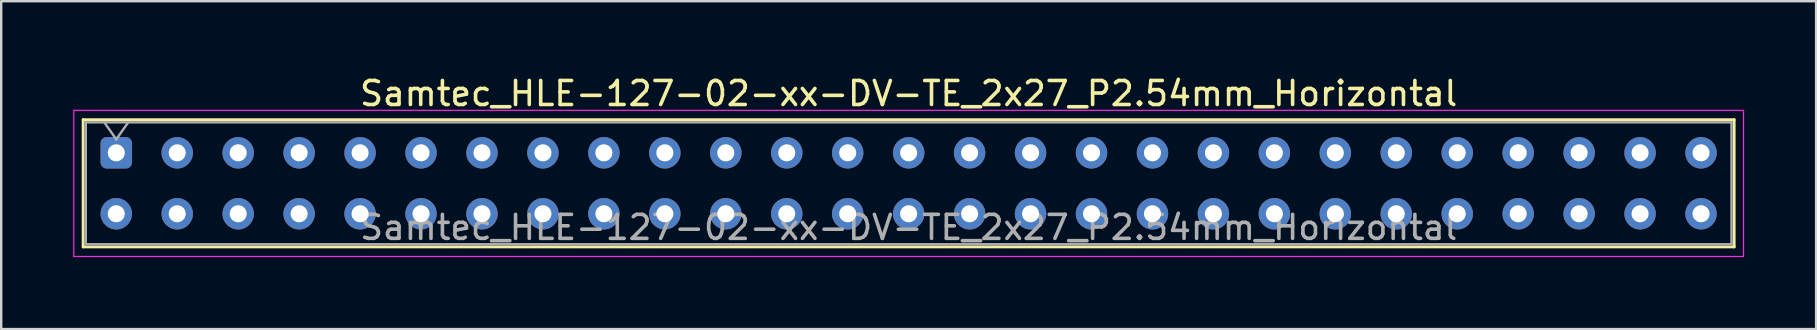
<source format=kicad_pcb>
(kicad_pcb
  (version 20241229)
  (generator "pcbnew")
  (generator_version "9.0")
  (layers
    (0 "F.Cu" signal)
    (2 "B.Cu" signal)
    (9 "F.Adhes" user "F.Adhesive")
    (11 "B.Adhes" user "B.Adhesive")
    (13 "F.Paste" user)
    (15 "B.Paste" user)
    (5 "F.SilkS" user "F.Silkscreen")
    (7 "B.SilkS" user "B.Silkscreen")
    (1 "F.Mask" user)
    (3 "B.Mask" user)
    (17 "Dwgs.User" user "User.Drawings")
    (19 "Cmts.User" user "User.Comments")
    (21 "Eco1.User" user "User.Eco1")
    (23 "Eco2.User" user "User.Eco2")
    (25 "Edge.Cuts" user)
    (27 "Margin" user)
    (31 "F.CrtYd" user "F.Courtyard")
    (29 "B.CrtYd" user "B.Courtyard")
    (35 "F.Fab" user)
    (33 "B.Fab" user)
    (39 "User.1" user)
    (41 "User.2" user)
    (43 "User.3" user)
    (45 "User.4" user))
  (footprint "Samtec_HLE-127-02-xx-DV-TE_2x27_P2.54mm_Horizontal"
    (layer "F.Cu")
    (at 1.795 3.318)
    (property "Reference" "Samtec_HLE-127-02-xx-DV-TE_2x27_P2.54mm_Horizontal" (at 33.02 -2.47 0) (layer "F.SilkS") (effects (font (size 1 1) (thickness 0.15))))
    (attr through_hole)
    (fp_line (start -1.38 -1.38) (end 67.42 -1.38) (stroke (width 0.12) (type solid)) (layer "F.SilkS"))
    (fp_line (start -1.38 3.92) (end -1.38 -1.38) (stroke (width 0.12) (type solid)) (layer "F.SilkS"))
    (fp_line (start 67.42 -1.38) (end 67.42 3.92) (stroke (width 0.12) (type solid)) (layer "F.SilkS"))
    (fp_line (start 67.42 3.92) (end -1.38 3.92) (stroke (width 0.12) (type solid)) (layer "F.SilkS"))
    (fp_line (start -1.77 -1.77) (end 67.81 -1.77) (stroke (width 0.05) (type solid)) (layer "F.CrtYd"))
    (fp_line (start -1.77 4.32) (end -1.77 -1.77) (stroke (width 0.05) (type solid)) (layer "F.CrtYd"))
    (fp_line (start 67.81 -1.77) (end 67.81 4.32) (stroke (width 0.05) (type solid)) (layer "F.CrtYd"))
    (fp_line (start 67.81 4.32) (end -1.77 4.32) (stroke (width 0.05) (type solid)) (layer "F.CrtYd"))
    (fp_line (start -1.27 -1.27) (end 67.31 -1.27) (stroke (width 0.1) (type solid)) (layer "F.Fab"))
    (fp_line (start -1.27 3.81) (end -1.27 -1.27) (stroke (width 0.1) (type solid)) (layer "F.Fab"))
    (fp_line (start -0.5 -1.27) (end 0 -0.563) (stroke (width 0.1) (type solid)) (layer "F.Fab"))
    (fp_line (start 0 -0.563) (end 0.5 -1.27) (stroke (width 0.1) (type solid)) (layer "F.Fab"))
    (fp_line (start 67.31 -1.27) (end 67.31 3.81) (stroke (width 0.1) (type solid)) (layer "F.Fab"))
    (fp_line (start 67.31 3.81) (end -1.27 3.81) (stroke (width 0.1) (type solid)) (layer "F.Fab"))
    (fp_text user "${REFERENCE}" (at 33.02 3.11 0) (layer "F.Fab") (effects (font (size 1 1) (thickness 0.15))))
    (pad "1" thru_hole roundrect (at 0 0) (size 1.31 1.31) (drill 0.71) (layers "*.Cu" "*.Mask") (roundrect_rratio 0.191))
    (pad "2" thru_hole circle (at 0 2.54) (size 1.31 1.31) (drill 0.71) (layers "*.Cu" "*.Mask"))
    (pad "3" thru_hole circle (at 2.54 0) (size 1.31 1.31) (drill 0.71) (layers "*.Cu" "*.Mask"))
    (pad "4" thru_hole circle (at 2.54 2.54) (size 1.31 1.31) (drill 0.71) (layers "*.Cu" "*.Mask"))
    (pad "5" thru_hole circle (at 5.08 0) (size 1.31 1.31) (drill 0.71) (layers "*.Cu" "*.Mask"))
    (pad "6" thru_hole circle (at 5.08 2.54) (size 1.31 1.31) (drill 0.71) (layers "*.Cu" "*.Mask"))
    (pad "7" thru_hole circle (at 7.62 0) (size 1.31 1.31) (drill 0.71) (layers "*.Cu" "*.Mask"))
    (pad "8" thru_hole circle (at 7.62 2.54) (size 1.31 1.31) (drill 0.71) (layers "*.Cu" "*.Mask"))
    (pad "9" thru_hole circle (at 10.16 0) (size 1.31 1.31) (drill 0.71) (layers "*.Cu" "*.Mask"))
    (pad "10" thru_hole circle (at 10.16 2.54) (size 1.31 1.31) (drill 0.71) (layers "*.Cu" "*.Mask"))
    (pad "11" thru_hole circle (at 12.7 0) (size 1.31 1.31) (drill 0.71) (layers "*.Cu" "*.Mask"))
    (pad "12" thru_hole circle (at 12.7 2.54) (size 1.31 1.31) (drill 0.71) (layers "*.Cu" "*.Mask"))
    (pad "13" thru_hole circle (at 15.24 0) (size 1.31 1.31) (drill 0.71) (layers "*.Cu" "*.Mask"))
    (pad "14" thru_hole circle (at 15.24 2.54) (size 1.31 1.31) (drill 0.71) (layers "*.Cu" "*.Mask"))
    (pad "15" thru_hole circle (at 17.78 0) (size 1.31 1.31) (drill 0.71) (layers "*.Cu" "*.Mask"))
    (pad "16" thru_hole circle (at 17.78 2.54) (size 1.31 1.31) (drill 0.71) (layers "*.Cu" "*.Mask"))
    (pad "17" thru_hole circle (at 20.32 0) (size 1.31 1.31) (drill 0.71) (layers "*.Cu" "*.Mask"))
    (pad "18" thru_hole circle (at 20.32 2.54) (size 1.31 1.31) (drill 0.71) (layers "*.Cu" "*.Mask"))
    (pad "19" thru_hole circle (at 22.86 0) (size 1.31 1.31) (drill 0.71) (layers "*.Cu" "*.Mask"))
    (pad "20" thru_hole circle (at 22.86 2.54) (size 1.31 1.31) (drill 0.71) (layers "*.Cu" "*.Mask"))
    (pad "21" thru_hole circle (at 25.4 0) (size 1.31 1.31) (drill 0.71) (layers "*.Cu" "*.Mask"))
    (pad "22" thru_hole circle (at 25.4 2.54) (size 1.31 1.31) (drill 0.71) (layers "*.Cu" "*.Mask"))
    (pad "23" thru_hole circle (at 27.94 0) (size 1.31 1.31) (drill 0.71) (layers "*.Cu" "*.Mask"))
    (pad "24" thru_hole circle (at 27.94 2.54) (size 1.31 1.31) (drill 0.71) (layers "*.Cu" "*.Mask"))
    (pad "25" thru_hole circle (at 30.48 0) (size 1.31 1.31) (drill 0.71) (layers "*.Cu" "*.Mask"))
    (pad "26" thru_hole circle (at 30.48 2.54) (size 1.31 1.31) (drill 0.71) (layers "*.Cu" "*.Mask"))
    (pad "27" thru_hole circle (at 33.02 0) (size 1.31 1.31) (drill 0.71) (layers "*.Cu" "*.Mask"))
    (pad "28" thru_hole circle (at 33.02 2.54) (size 1.31 1.31) (drill 0.71) (layers "*.Cu" "*.Mask"))
    (pad "29" thru_hole circle (at 35.56 0) (size 1.31 1.31) (drill 0.71) (layers "*.Cu" "*.Mask"))
    (pad "30" thru_hole circle (at 35.56 2.54) (size 1.31 1.31) (drill 0.71) (layers "*.Cu" "*.Mask"))
    (pad "31" thru_hole circle (at 38.1 0) (size 1.31 1.31) (drill 0.71) (layers "*.Cu" "*.Mask"))
    (pad "32" thru_hole circle (at 38.1 2.54) (size 1.31 1.31) (drill 0.71) (layers "*.Cu" "*.Mask"))
    (pad "33" thru_hole circle (at 40.64 0) (size 1.31 1.31) (drill 0.71) (layers "*.Cu" "*.Mask"))
    (pad "34" thru_hole circle (at 40.64 2.54) (size 1.31 1.31) (drill 0.71) (layers "*.Cu" "*.Mask"))
    (pad "35" thru_hole circle (at 43.18 0) (size 1.31 1.31) (drill 0.71) (layers "*.Cu" "*.Mask"))
    (pad "36" thru_hole circle (at 43.18 2.54) (size 1.31 1.31) (drill 0.71) (layers "*.Cu" "*.Mask"))
    (pad "37" thru_hole circle (at 45.72 0) (size 1.31 1.31) (drill 0.71) (layers "*.Cu" "*.Mask"))
    (pad "38" thru_hole circle (at 45.72 2.54) (size 1.31 1.31) (drill 0.71) (layers "*.Cu" "*.Mask"))
    (pad "39" thru_hole circle (at 48.26 0) (size 1.31 1.31) (drill 0.71) (layers "*.Cu" "*.Mask"))
    (pad "40" thru_hole circle (at 48.26 2.54) (size 1.31 1.31) (drill 0.71) (layers "*.Cu" "*.Mask"))
    (pad "41" thru_hole circle (at 50.8 0) (size 1.31 1.31) (drill 0.71) (layers "*.Cu" "*.Mask"))
    (pad "42" thru_hole circle (at 50.8 2.54) (size 1.31 1.31) (drill 0.71) (layers "*.Cu" "*.Mask"))
    (pad "43" thru_hole circle (at 53.34 0) (size 1.31 1.31) (drill 0.71) (layers "*.Cu" "*.Mask"))
    (pad "44" thru_hole circle (at 53.34 2.54) (size 1.31 1.31) (drill 0.71) (layers "*.Cu" "*.Mask"))
    (pad "45" thru_hole circle (at 55.88 0) (size 1.31 1.31) (drill 0.71) (layers "*.Cu" "*.Mask"))
    (pad "46" thru_hole circle (at 55.88 2.54) (size 1.31 1.31) (drill 0.71) (layers "*.Cu" "*.Mask"))
    (pad "47" thru_hole circle (at 58.42 0) (size 1.31 1.31) (drill 0.71) (layers "*.Cu" "*.Mask"))
    (pad "48" thru_hole circle (at 58.42 2.54) (size 1.31 1.31) (drill 0.71) (layers "*.Cu" "*.Mask"))
    (pad "49" thru_hole circle (at 60.96 0) (size 1.31 1.31) (drill 0.71) (layers "*.Cu" "*.Mask"))
    (pad "50" thru_hole circle (at 60.96 2.54) (size 1.31 1.31) (drill 0.71) (layers "*.Cu" "*.Mask"))
    (pad "51" thru_hole circle (at 63.5 0) (size 1.31 1.31) (drill 0.71) (layers "*.Cu" "*.Mask"))
    (pad "52" thru_hole circle (at 63.5 2.54) (size 1.31 1.31) (drill 0.71) (layers "*.Cu" "*.Mask"))
    (pad "53" thru_hole circle (at 66.04 0) (size 1.31 1.31) (drill 0.71) (layers "*.Cu" "*.Mask"))
    (pad "54" thru_hole circle (at 66.04 2.54) (size 1.31 1.31) (drill 0.71) (layers "*.Cu" "*.Mask")))
  (gr_rect
    (start -3 -3)
    (end 72.63 10.663)
    (stroke (width 0.1) (type default))
    (fill no)
    (layer "Edge.Cuts")))
</source>
